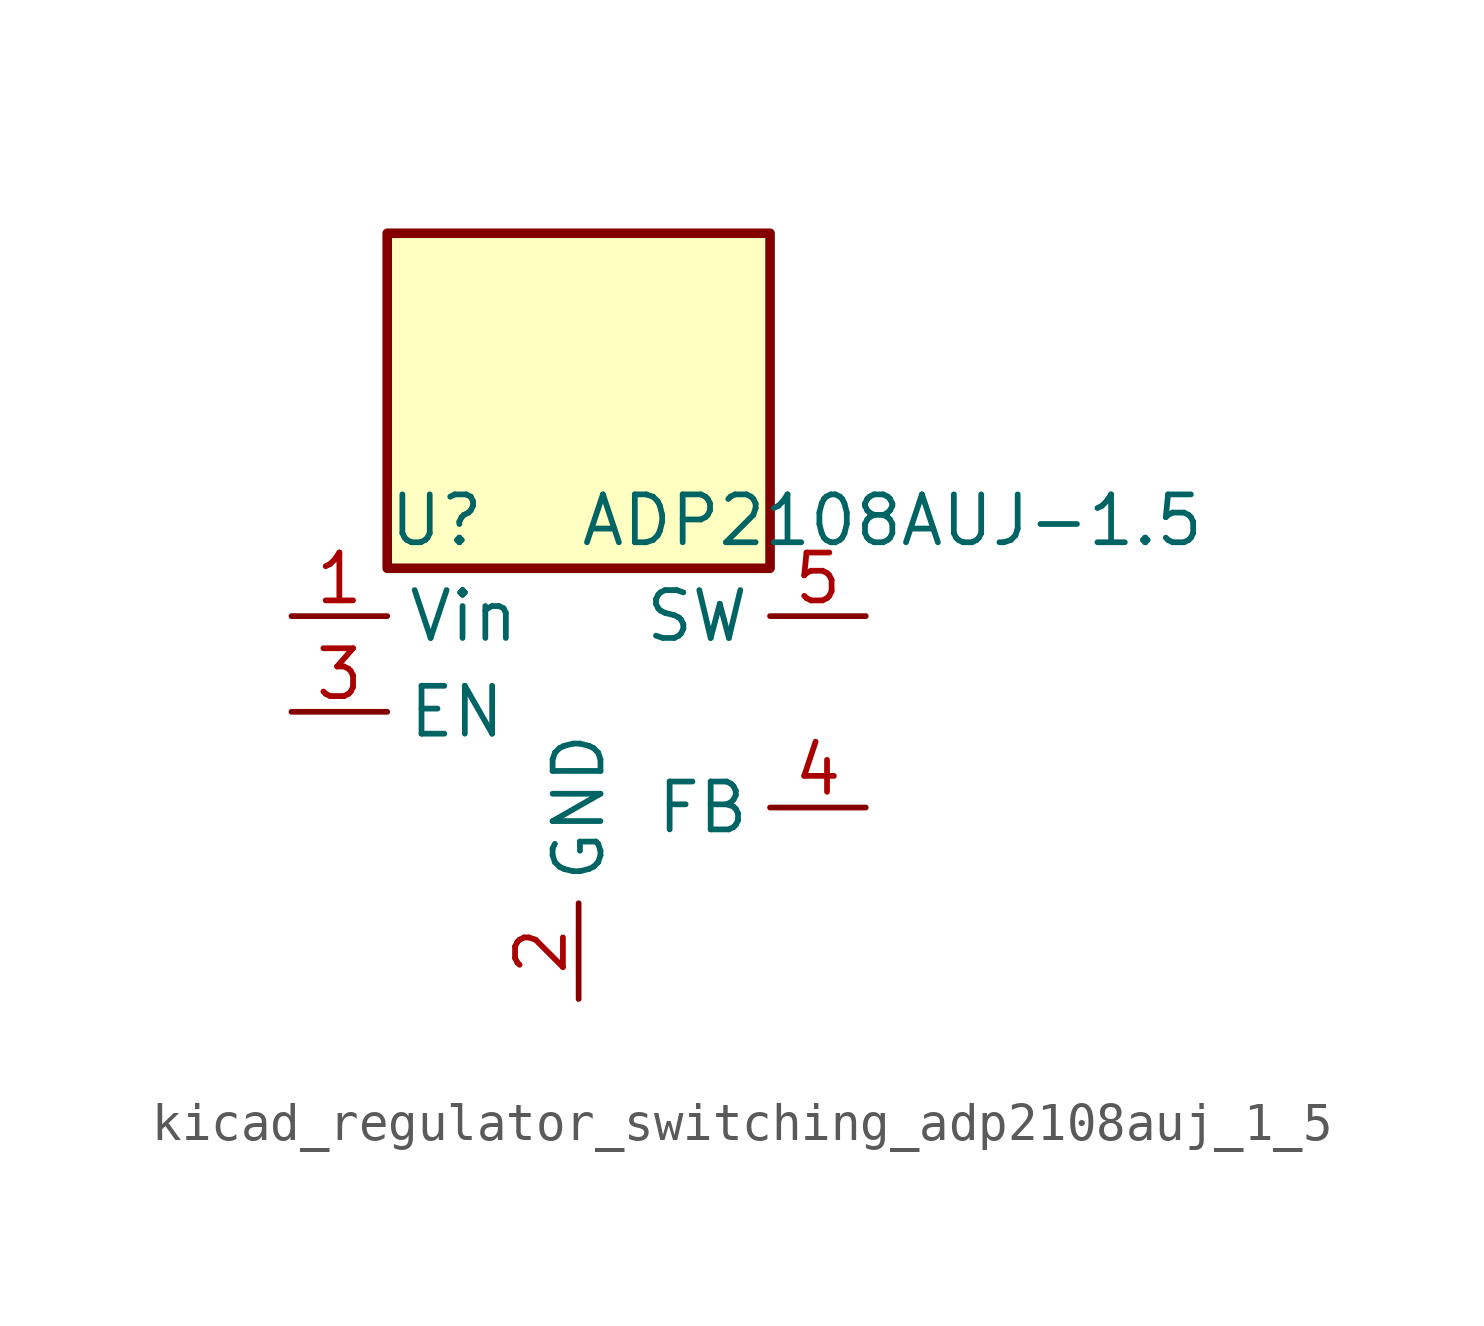
<source format=kicad_sym>
(kicad_symbol_lib
  (version 20220914)
  (generator kicad_symbol_editor)
  (symbol "kicad_regulator_switching_adp2108auj_1_5"
    (property "Reference" "U"
      (at -5.08 5.08 0)
      (effects (font (size 1.27 1.27)) (justify left)))
    (property "Value" "ADP2108AUJ-1.5"
      (at 0 5.08 0)
      (effects (font (size 1.27 1.27)) (justify left)))
    (symbol "kicad_regulator_switching_adp2108auj_1_5_0_1"
      (rectangle (start 5.08 12.7) (end -5.08 3.81) (stroke (width 0.254) (type default)) (fill (type background))))
    (symbol "kicad_regulator_switching_adp2108auj_1_5_1_1"
      (pin power_in line (at -7.62 2.54 0) (length 2.54) (name "Vin" (effects (font (size 1.27 1.27)))) (number "1" (effects (font (size 1.27 1.27)))))
      (pin power_in line (at 0 -7.62 90) (length 2.54) (name "GND" (effects (font (size 1.27 1.27)))) (number "2" (effects (font (size 1.27 1.27)))))
      (pin input line (at -7.62 0 0) (length 2.54) (name "EN" (effects (font (size 1.27 1.27)))) (number "3" (effects (font (size 1.27 1.27)))))
      (pin input line (at 7.62 -2.54 180) (length 2.54) (name "FB" (effects (font (size 1.27 1.27)))) (number "4" (effects (font (size 1.27 1.27)))))
      (pin input line (at 7.62 2.54 180) (length 2.54) (name "SW" (effects (font (size 1.27 1.27)))) (number "5" (effects (font (size 1.27 1.27))))))))
</source>
